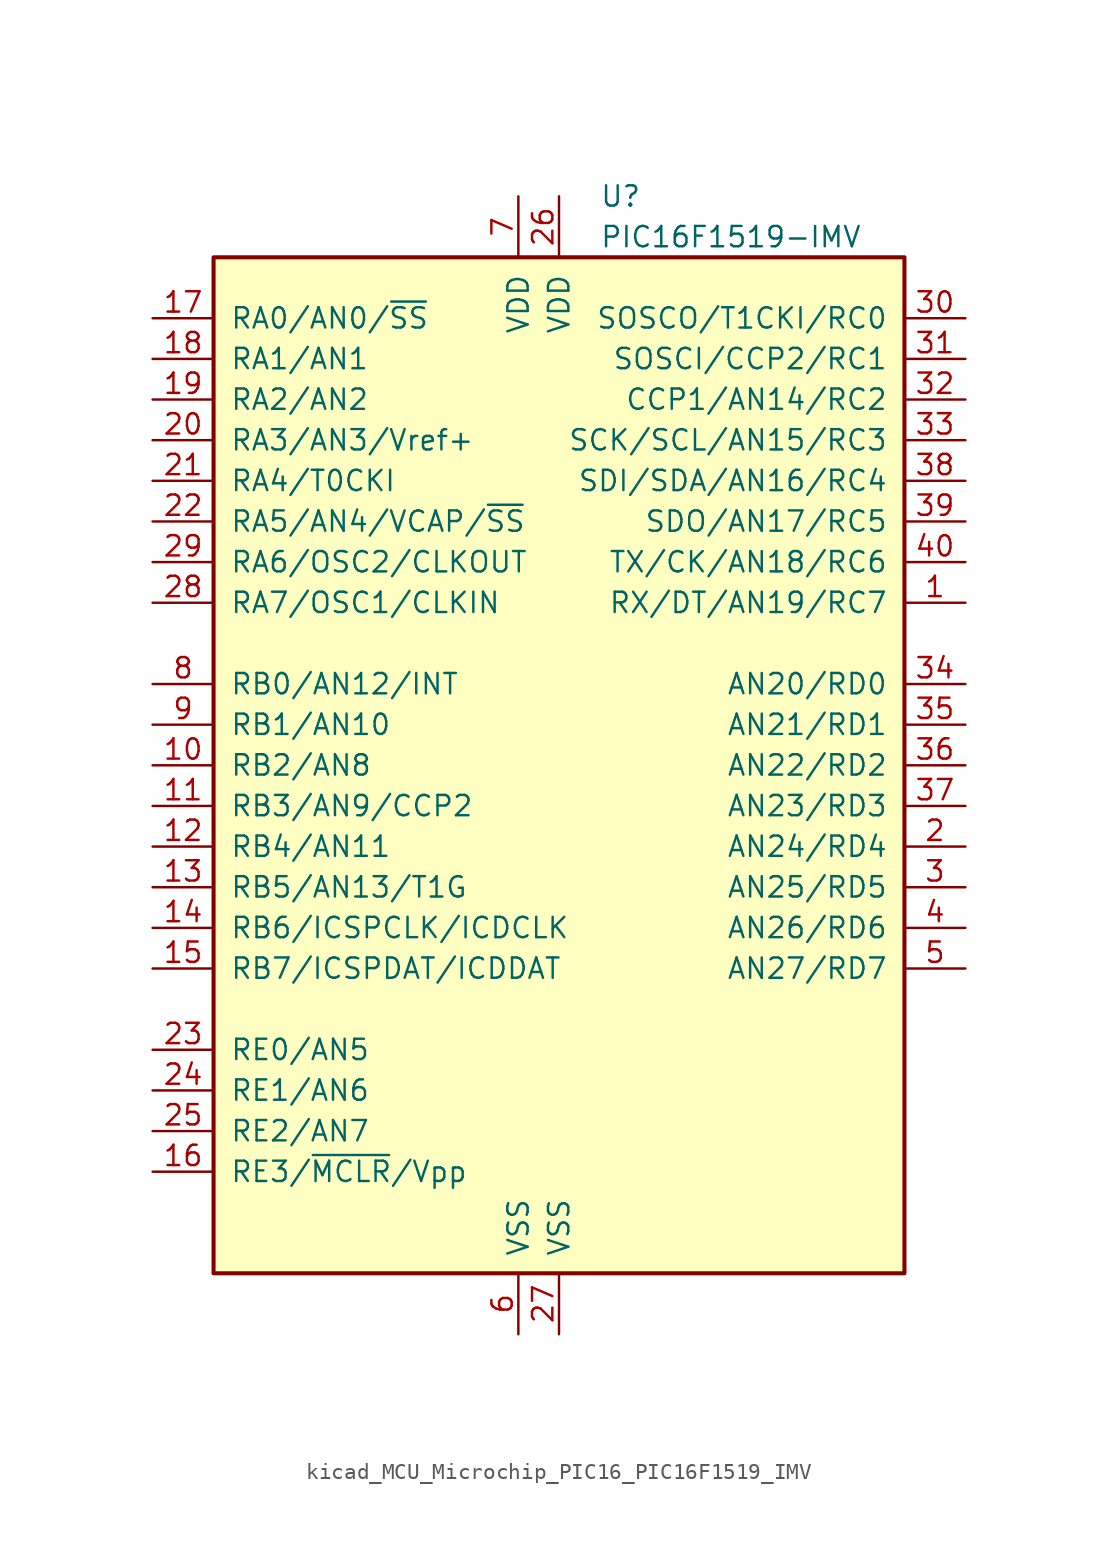
<source format=kicad_sym>
(kicad_symbol_lib
  (version 20220914)
  (generator kicad_symbol_editor)
  (symbol "kicad_MCU_Microchip_PIC16_PIC16F1519_IMV"
    (pin_names
      (offset 1.016))
    (property "Reference" "U"
      (at 2.54 35.56 0)
      (effects (font (size 1.27 1.27)) (justify left)))
    (property "Value" "PIC16F1519-IMV"
      (at 2.54 33.02 0)
      (effects (font (size 1.27 1.27)) (justify left)))
    (symbol "kicad_MCU_Microchip_PIC16_PIC16F1519_IMV_0_1"
      (rectangle (start -21.59 31.75) (end 21.59 -31.75) (stroke (width 0.254) (type default)) (fill (type background))))
    (symbol "kicad_MCU_Microchip_PIC16_PIC16F1519_IMV_1_1"
      (pin bidirectional line (at 25.4 10.16 180) (length 3.81) (name "RX/DT/AN19/RC7" (effects (font (size 1.27 1.27)))) (number "1" (effects (font (size 1.27 1.27)))))
      (pin bidirectional line (at -25.4 0 0) (length 3.81) (name "RB2/AN8" (effects (font (size 1.27 1.27)))) (number "10" (effects (font (size 1.27 1.27)))))
      (pin bidirectional line (at -25.4 -2.54 0) (length 3.81) (name "RB3/AN9/CCP2" (effects (font (size 1.27 1.27)))) (number "11" (effects (font (size 1.27 1.27)))))
      (pin bidirectional line (at -25.4 -5.08 0) (length 3.81) (name "RB4/AN11" (effects (font (size 1.27 1.27)))) (number "12" (effects (font (size 1.27 1.27)))))
      (pin bidirectional line (at -25.4 -7.62 0) (length 3.81) (name "RB5/AN13/T1G" (effects (font (size 1.27 1.27)))) (number "13" (effects (font (size 1.27 1.27)))))
      (pin bidirectional line (at -25.4 -10.16 0) (length 3.81) (name "RB6/ICSPCLK/ICDCLK" (effects (font (size 1.27 1.27)))) (number "14" (effects (font (size 1.27 1.27)))))
      (pin bidirectional line (at -25.4 -12.7 0) (length 3.81) (name "RB7/ICSPDAT/ICDDAT" (effects (font (size 1.27 1.27)))) (number "15" (effects (font (size 1.27 1.27)))))
      (pin input line (at -25.4 -25.4 0) (length 3.81) (name "RE3/~{MCLR}/Vpp" (effects (font (size 1.27 1.27)))) (number "16" (effects (font (size 1.27 1.27)))))
      (pin bidirectional line (at -25.4 27.94 0) (length 3.81) (name "RA0/AN0/~{SS}" (effects (font (size 1.27 1.27)))) (number "17" (effects (font (size 1.27 1.27)))))
      (pin bidirectional line (at -25.4 25.4 0) (length 3.81) (name "RA1/AN1" (effects (font (size 1.27 1.27)))) (number "18" (effects (font (size 1.27 1.27)))))
      (pin bidirectional line (at -25.4 22.86 0) (length 3.81) (name "RA2/AN2" (effects (font (size 1.27 1.27)))) (number "19" (effects (font (size 1.27 1.27)))))
      (pin bidirectional line (at 25.4 -5.08 180) (length 3.81) (name "AN24/RD4" (effects (font (size 1.27 1.27)))) (number "2" (effects (font (size 1.27 1.27)))))
      (pin bidirectional line (at -25.4 20.32 0) (length 3.81) (name "RA3/AN3/Vref+" (effects (font (size 1.27 1.27)))) (number "20" (effects (font (size 1.27 1.27)))))
      (pin bidirectional line (at -25.4 17.78 0) (length 3.81) (name "RA4/T0CKI" (effects (font (size 1.27 1.27)))) (number "21" (effects (font (size 1.27 1.27)))))
      (pin bidirectional line (at -25.4 15.24 0) (length 3.81) (name "RA5/AN4/VCAP/~{SS}" (effects (font (size 1.27 1.27)))) (number "22" (effects (font (size 1.27 1.27)))))
      (pin bidirectional line (at -25.4 -17.78 0) (length 3.81) (name "RE0/AN5" (effects (font (size 1.27 1.27)))) (number "23" (effects (font (size 1.27 1.27)))))
      (pin bidirectional line (at -25.4 -20.32 0) (length 3.81) (name "RE1/AN6" (effects (font (size 1.27 1.27)))) (number "24" (effects (font (size 1.27 1.27)))))
      (pin bidirectional line (at -25.4 -22.86 0) (length 3.81) (name "RE2/AN7" (effects (font (size 1.27 1.27)))) (number "25" (effects (font (size 1.27 1.27)))))
      (pin power_in line (at 0 35.56 270) (length 3.81) (name "VDD" (effects (font (size 1.27 1.27)))) (number "26" (effects (font (size 1.27 1.27)))))
      (pin power_in line (at 0 -35.56 90) (length 3.81) (name "VSS" (effects (font (size 1.27 1.27)))) (number "27" (effects (font (size 1.27 1.27)))))
      (pin bidirectional line (at -25.4 10.16 0) (length 3.81) (name "RA7/OSC1/CLKIN" (effects (font (size 1.27 1.27)))) (number "28" (effects (font (size 1.27 1.27)))))
      (pin bidirectional line (at -25.4 12.7 0) (length 3.81) (name "RA6/OSC2/CLKOUT" (effects (font (size 1.27 1.27)))) (number "29" (effects (font (size 1.27 1.27)))))
      (pin bidirectional line (at 25.4 -7.62 180) (length 3.81) (name "AN25/RD5" (effects (font (size 1.27 1.27)))) (number "3" (effects (font (size 1.27 1.27)))))
      (pin bidirectional line (at 25.4 27.94 180) (length 3.81) (name "SOSCO/T1CKI/RC0" (effects (font (size 1.27 1.27)))) (number "30" (effects (font (size 1.27 1.27)))))
      (pin bidirectional line (at 25.4 25.4 180) (length 3.81) (name "SOSCI/CCP2/RC1" (effects (font (size 1.27 1.27)))) (number "31" (effects (font (size 1.27 1.27)))))
      (pin bidirectional line (at 25.4 22.86 180) (length 3.81) (name "CCP1/AN14/RC2" (effects (font (size 1.27 1.27)))) (number "32" (effects (font (size 1.27 1.27)))))
      (pin bidirectional line (at 25.4 20.32 180) (length 3.81) (name "SCK/SCL/AN15/RC3" (effects (font (size 1.27 1.27)))) (number "33" (effects (font (size 1.27 1.27)))))
      (pin bidirectional line (at 25.4 5.08 180) (length 3.81) (name "AN20/RD0" (effects (font (size 1.27 1.27)))) (number "34" (effects (font (size 1.27 1.27)))))
      (pin bidirectional line (at 25.4 2.54 180) (length 3.81) (name "AN21/RD1" (effects (font (size 1.27 1.27)))) (number "35" (effects (font (size 1.27 1.27)))))
      (pin bidirectional line (at 25.4 0 180) (length 3.81) (name "AN22/RD2" (effects (font (size 1.27 1.27)))) (number "36" (effects (font (size 1.27 1.27)))))
      (pin bidirectional line (at 25.4 -2.54 180) (length 3.81) (name "AN23/RD3" (effects (font (size 1.27 1.27)))) (number "37" (effects (font (size 1.27 1.27)))))
      (pin bidirectional line (at 25.4 17.78 180) (length 3.81) (name "SDI/SDA/AN16/RC4" (effects (font (size 1.27 1.27)))) (number "38" (effects (font (size 1.27 1.27)))))
      (pin bidirectional line (at 25.4 15.24 180) (length 3.81) (name "SDO/AN17/RC5" (effects (font (size 1.27 1.27)))) (number "39" (effects (font (size 1.27 1.27)))))
      (pin bidirectional line (at 25.4 -10.16 180) (length 3.81) (name "AN26/RD6" (effects (font (size 1.27 1.27)))) (number "4" (effects (font (size 1.27 1.27)))))
      (pin bidirectional line (at 25.4 12.7 180) (length 3.81) (name "TX/CK/AN18/RC6" (effects (font (size 1.27 1.27)))) (number "40" (effects (font (size 1.27 1.27)))))
      (pin bidirectional line (at 25.4 -12.7 180) (length 3.81) (name "AN27/RD7" (effects (font (size 1.27 1.27)))) (number "5" (effects (font (size 1.27 1.27)))))
      (pin power_in line (at -2.54 -35.56 90) (length 3.81) (name "VSS" (effects (font (size 1.27 1.27)))) (number "6" (effects (font (size 1.27 1.27)))))
      (pin power_in line (at -2.54 35.56 270) (length 3.81) (name "VDD" (effects (font (size 1.27 1.27)))) (number "7" (effects (font (size 1.27 1.27)))))
      (pin bidirectional line (at -25.4 5.08 0) (length 3.81) (name "RB0/AN12/INT" (effects (font (size 1.27 1.27)))) (number "8" (effects (font (size 1.27 1.27)))))
      (pin bidirectional line (at -25.4 2.54 0) (length 3.81) (name "RB1/AN10" (effects (font (size 1.27 1.27)))) (number "9" (effects (font (size 1.27 1.27))))))))
</source>
